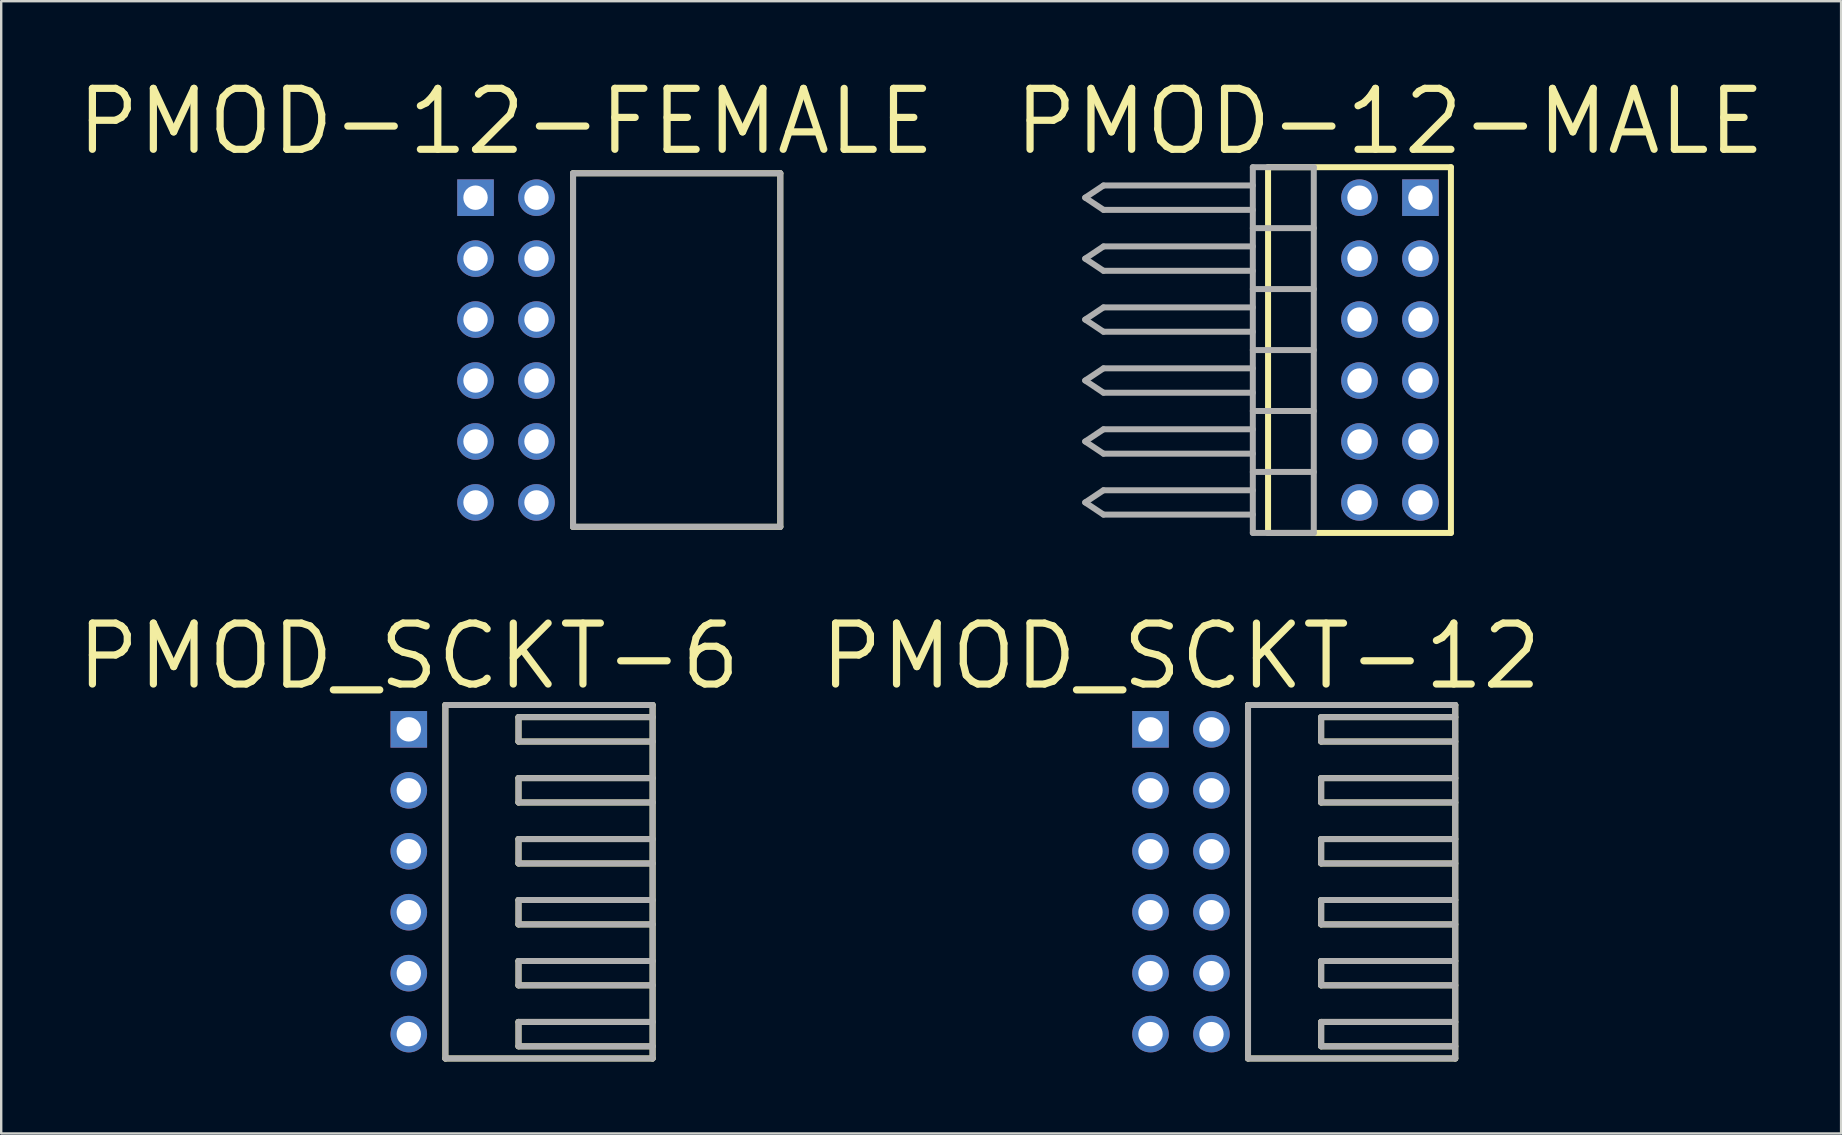
<source format=kicad_pcb>
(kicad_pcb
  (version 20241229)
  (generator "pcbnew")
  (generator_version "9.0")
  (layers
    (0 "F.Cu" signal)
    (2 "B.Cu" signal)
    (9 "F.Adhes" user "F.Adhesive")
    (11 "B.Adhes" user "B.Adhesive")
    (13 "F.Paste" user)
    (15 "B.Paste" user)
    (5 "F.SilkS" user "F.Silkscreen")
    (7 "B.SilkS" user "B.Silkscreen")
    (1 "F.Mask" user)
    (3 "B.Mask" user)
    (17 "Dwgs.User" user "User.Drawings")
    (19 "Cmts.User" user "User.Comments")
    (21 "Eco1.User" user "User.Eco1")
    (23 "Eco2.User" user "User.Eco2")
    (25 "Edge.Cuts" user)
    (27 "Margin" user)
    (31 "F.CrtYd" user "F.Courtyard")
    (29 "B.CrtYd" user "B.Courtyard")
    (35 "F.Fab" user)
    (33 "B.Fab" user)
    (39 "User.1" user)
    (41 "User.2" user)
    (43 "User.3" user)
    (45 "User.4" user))
  (footprint "PMOD-12-FEMALE"
    (layer "F.Cu")
    (at 18.036 11.537)
    (property "Reference" "PMOD-12-FEMALE" (at 0 -9.525 0) (layer "F.SilkS") (effects (font (size 2.54 2.54) (thickness 0.3))))
    (attr exclude_from_pos_files exclude_from_bom)
    (fp_line (start 2.794 -7.366) (end 2.794 7.366) (stroke (width 0.25) (type solid)) (layer "F.SilkS"))
    (fp_line (start 2.794 7.366) (end 11.43 7.366) (stroke (width 0.25) (type solid)) (layer "F.SilkS"))
    (fp_line (start 11.43 -7.366) (end 2.794 -7.366) (stroke (width 0.25) (type solid)) (layer "F.SilkS"))
    (fp_line (start 11.43 7.366) (end 11.43 -7.366) (stroke (width 0.25) (type solid)) (layer "F.SilkS"))
    (fp_line (start 2.794 -7.366) (end 2.794 7.366) (stroke (width 0.25) (type solid)) (layer "F.Fab"))
    (fp_line (start 2.794 7.366) (end 11.43 7.366) (stroke (width 0.25) (type solid)) (layer "F.Fab"))
    (fp_line (start 11.43 -7.366) (end 2.794 -7.366) (stroke (width 0.25) (type solid)) (layer "F.Fab"))
    (fp_line (start 11.43 7.366) (end 11.43 -7.366) (stroke (width 0.25) (type solid)) (layer "F.Fab"))
    (pad "D0" thru_hole rect (at -1.27 -6.35) (size 1.524 1.524) (drill 1.016) (layers "*.Cu" "*.Mask"))
    (pad "D1" thru_hole circle (at 1.27 -6.35 270) (size 1.524 1.524) (drill 1.016) (layers "*.Cu" "*.Mask"))
    (pad "D2" thru_hole circle (at -1.27 -3.81 270) (size 1.524 1.524) (drill 1.016) (layers "*.Cu" "*.Mask"))
    (pad "D3" thru_hole circle (at 1.27 -3.81 270) (size 1.524 1.524) (drill 1.016) (layers "*.Cu" "*.Mask"))
    (pad "D4" thru_hole circle (at -1.27 -1.27 270) (size 1.524 1.524) (drill 1.016) (layers "*.Cu" "*.Mask"))
    (pad "D5" thru_hole circle (at 1.27 -1.27 270) (size 1.524 1.524) (drill 1.016) (layers "*.Cu" "*.Mask"))
    (pad "D6" thru_hole circle (at -1.27 1.27 270) (size 1.524 1.524) (drill 1.016) (layers "*.Cu" "*.Mask"))
    (pad "D7" thru_hole circle (at 1.27 1.27 270) (size 1.524 1.524) (drill 1.016) (layers "*.Cu" "*.Mask"))
    (pad "GND" thru_hole circle (at -1.27 3.81 270) (size 1.524 1.524) (drill 1.016) (layers "*.Cu" "*.Mask"))
    (pad "GND" thru_hole circle (at 1.27 3.81 270) (size 1.524 1.524) (drill 1.016) (layers "*.Cu" "*.Mask"))
    (pad "VCC" thru_hole circle (at -1.27 6.35 270) (size 1.524 1.524) (drill 1.016) (layers "*.Cu" "*.Mask"))
    (pad "VCC" thru_hole circle (at 1.27 6.35 270) (size 1.524 1.524) (drill 1.016) (layers "*.Cu" "*.Mask")))
  (footprint "PMOD_SCKT-6"
    (layer "F.Cu")
    (at 13.985 33.693)
    (property "Reference" "PMOD_SCKT-6" (at 0 -9.398 0) (layer "F.SilkS") (effects (font (size 2.54 2.54) (thickness 0.3))))
    (attr exclude_from_pos_files exclude_from_bom)
    (fp_line (start 1.524 -7.366) (end 1.524 7.366) (stroke (width 0.25) (type solid)) (layer "F.SilkS"))
    (fp_line (start 1.524 7.366) (end 10.16 7.366) (stroke (width 0.25) (type solid)) (layer "F.SilkS"))
    (fp_line (start 4.572 -6.858) (end 4.572 -5.842) (stroke (width 0.25) (type solid)) (layer "F.SilkS"))
    (fp_line (start 4.572 -5.842) (end 10.16 -5.842) (stroke (width 0.25) (type solid)) (layer "F.SilkS"))
    (fp_line (start 4.572 -4.318) (end 4.572 -3.302) (stroke (width 0.25) (type solid)) (layer "F.SilkS"))
    (fp_line (start 4.572 -3.302) (end 10.16 -3.302) (stroke (width 0.25) (type solid)) (layer "F.SilkS"))
    (fp_line (start 4.572 -1.778) (end 4.572 -0.762) (stroke (width 0.25) (type solid)) (layer "F.SilkS"))
    (fp_line (start 4.572 -0.762) (end 10.16 -0.762) (stroke (width 0.25) (type solid)) (layer "F.SilkS"))
    (fp_line (start 4.572 0.762) (end 4.572 1.778) (stroke (width 0.25) (type solid)) (layer "F.SilkS"))
    (fp_line (start 4.572 1.778) (end 10.16 1.778) (stroke (width 0.25) (type solid)) (layer "F.SilkS"))
    (fp_line (start 4.572 3.302) (end 4.572 4.318) (stroke (width 0.25) (type solid)) (layer "F.SilkS"))
    (fp_line (start 4.572 4.318) (end 10.16 4.318) (stroke (width 0.25) (type solid)) (layer "F.SilkS"))
    (fp_line (start 4.572 5.842) (end 4.572 6.858) (stroke (width 0.25) (type solid)) (layer "F.SilkS"))
    (fp_line (start 4.572 6.858) (end 10.16 6.858) (stroke (width 0.25) (type solid)) (layer "F.SilkS"))
    (fp_line (start 10.16 -7.366) (end 1.524 -7.366) (stroke (width 0.25) (type solid)) (layer "F.SilkS"))
    (fp_line (start 10.16 -6.858) (end 4.572 -6.858) (stroke (width 0.25) (type solid)) (layer "F.SilkS"))
    (fp_line (start 10.16 -4.318) (end 4.572 -4.318) (stroke (width 0.25) (type solid)) (layer "F.SilkS"))
    (fp_line (start 10.16 -1.778) (end 4.572 -1.778) (stroke (width 0.25) (type solid)) (layer "F.SilkS"))
    (fp_line (start 10.16 0.762) (end 4.572 0.762) (stroke (width 0.25) (type solid)) (layer "F.SilkS"))
    (fp_line (start 10.16 3.302) (end 4.572 3.302) (stroke (width 0.25) (type solid)) (layer "F.SilkS"))
    (fp_line (start 10.16 5.842) (end 4.572 5.842) (stroke (width 0.25) (type solid)) (layer "F.SilkS"))
    (fp_line (start 10.16 7.366) (end 10.16 -7.366) (stroke (width 0.25) (type solid)) (layer "F.SilkS"))
    (fp_line (start 1.524 -7.366) (end 1.524 7.366) (stroke (width 0.25) (type solid)) (layer "F.Fab"))
    (fp_line (start 1.524 7.366) (end 10.16 7.366) (stroke (width 0.25) (type solid)) (layer "F.Fab"))
    (fp_line (start 4.572 -6.858) (end 4.572 -5.842) (stroke (width 0.25) (type solid)) (layer "F.Fab"))
    (fp_line (start 4.572 -5.842) (end 10.16 -5.842) (stroke (width 0.25) (type solid)) (layer "F.Fab"))
    (fp_line (start 4.572 -4.318) (end 4.572 -3.302) (stroke (width 0.25) (type solid)) (layer "F.Fab"))
    (fp_line (start 4.572 -3.302) (end 10.16 -3.302) (stroke (width 0.25) (type solid)) (layer "F.Fab"))
    (fp_line (start 4.572 -1.778) (end 4.572 -0.762) (stroke (width 0.25) (type solid)) (layer "F.Fab"))
    (fp_line (start 4.572 -0.762) (end 10.16 -0.762) (stroke (width 0.25) (type solid)) (layer "F.Fab"))
    (fp_line (start 4.572 0.762) (end 4.572 1.778) (stroke (width 0.25) (type solid)) (layer "F.Fab"))
    (fp_line (start 4.572 1.778) (end 10.16 1.778) (stroke (width 0.25) (type solid)) (layer "F.Fab"))
    (fp_line (start 4.572 3.302) (end 4.572 4.318) (stroke (width 0.25) (type solid)) (layer "F.Fab"))
    (fp_line (start 4.572 4.318) (end 10.16 4.318) (stroke (width 0.25) (type solid)) (layer "F.Fab"))
    (fp_line (start 4.572 5.842) (end 4.572 6.858) (stroke (width 0.25) (type solid)) (layer "F.Fab"))
    (fp_line (start 4.572 6.858) (end 10.16 6.858) (stroke (width 0.25) (type solid)) (layer "F.Fab"))
    (fp_line (start 10.16 -7.366) (end 1.524 -7.366) (stroke (width 0.25) (type solid)) (layer "F.Fab"))
    (fp_line (start 10.16 -6.858) (end 4.572 -6.858) (stroke (width 0.25) (type solid)) (layer "F.Fab"))
    (fp_line (start 10.16 -4.318) (end 4.572 -4.318) (stroke (width 0.25) (type solid)) (layer "F.Fab"))
    (fp_line (start 10.16 -1.778) (end 4.572 -1.778) (stroke (width 0.25) (type solid)) (layer "F.Fab"))
    (fp_line (start 10.16 0.762) (end 4.572 0.762) (stroke (width 0.25) (type solid)) (layer "F.Fab"))
    (fp_line (start 10.16 3.302) (end 4.572 3.302) (stroke (width 0.25) (type solid)) (layer "F.Fab"))
    (fp_line (start 10.16 5.842) (end 4.572 5.842) (stroke (width 0.25) (type solid)) (layer "F.Fab"))
    (fp_line (start 10.16 7.366) (end 10.16 -7.366) (stroke (width 0.25) (type solid)) (layer "F.Fab"))
    (pad "1" thru_hole rect (at 0 -6.35) (size 1.524 1.524) (drill 1.016) (layers "*.Cu" "*.Mask"))
    (pad "2" thru_hole circle (at 0 -3.81 270) (size 1.524 1.524) (drill 1.016) (layers "*.Cu" "*.Mask"))
    (pad "3" thru_hole circle (at 0 -1.27 270) (size 1.524 1.524) (drill 1.016) (layers "*.Cu" "*.Mask"))
    (pad "4" thru_hole circle (at 0 1.27 270) (size 1.524 1.524) (drill 1.016) (layers "*.Cu" "*.Mask"))
    (pad "5" thru_hole circle (at 0 3.81 270) (size 1.524 1.524) (drill 1.016) (layers "*.Cu" "*.Mask"))
    (pad "6" thru_hole circle (at 0 6.35 270) (size 1.524 1.524) (drill 1.016) (layers "*.Cu" "*.Mask")))
  (footprint "PMOD-12-MALE"
    (layer "F.Cu")
    (at 54.872 11.537)
    (property "Reference" "PMOD-12-MALE" (at 0 -9.525 0) (layer "F.SilkS") (effects (font (size 2.54 2.54) (thickness 0.3))))
    (attr exclude_from_pos_files exclude_from_bom)
    (fp_line (start -5.08 -7.62) (end -5.08 7.62) (stroke (width 0.25) (type solid)) (layer "F.SilkS"))
    (fp_line (start -5.08 -7.62) (end 2.54 -7.62) (stroke (width 0.25) (type solid)) (layer "F.SilkS"))
    (fp_line (start 2.54 -7.62) (end 2.54 7.62) (stroke (width 0.25) (type solid)) (layer "F.SilkS"))
    (fp_line (start 2.54 7.62) (end -5.08 7.62) (stroke (width 0.25) (type solid)) (layer "F.SilkS"))
    (fp_line (start -12.7 -6.35) (end -11.938 -5.842) (stroke (width 0.25) (type solid)) (layer "F.Fab"))
    (fp_line (start -12.7 -3.81) (end -11.938 -3.302) (stroke (width 0.25) (type solid)) (layer "F.Fab"))
    (fp_line (start -12.7 -1.27) (end -11.938 -0.762) (stroke (width 0.25) (type solid)) (layer "F.Fab"))
    (fp_line (start -12.7 1.27) (end -11.938 1.778) (stroke (width 0.25) (type solid)) (layer "F.Fab"))
    (fp_line (start -12.7 3.81) (end -11.938 4.318) (stroke (width 0.25) (type solid)) (layer "F.Fab"))
    (fp_line (start -12.7 6.35) (end -11.938 6.858) (stroke (width 0.25) (type solid)) (layer "F.Fab"))
    (fp_line (start -11.938 -6.858) (end -12.7 -6.35) (stroke (width 0.25) (type solid)) (layer "F.Fab"))
    (fp_line (start -11.938 -5.842) (end -5.715 -5.842) (stroke (width 0.25) (type solid)) (layer "F.Fab"))
    (fp_line (start -11.938 -4.318) (end -12.7 -3.81) (stroke (width 0.25) (type solid)) (layer "F.Fab"))
    (fp_line (start -11.938 -3.302) (end -5.715 -3.302) (stroke (width 0.25) (type solid)) (layer "F.Fab"))
    (fp_line (start -11.938 -1.778) (end -12.7 -1.27) (stroke (width 0.25) (type solid)) (layer "F.Fab"))
    (fp_line (start -11.938 -0.762) (end -5.715 -0.762) (stroke (width 0.25) (type solid)) (layer "F.Fab"))
    (fp_line (start -11.938 0.762) (end -12.7 1.27) (stroke (width 0.25) (type solid)) (layer "F.Fab"))
    (fp_line (start -11.938 1.778) (end -5.715 1.778) (stroke (width 0.25) (type solid)) (layer "F.Fab"))
    (fp_line (start -11.938 3.302) (end -12.7 3.81) (stroke (width 0.25) (type solid)) (layer "F.Fab"))
    (fp_line (start -11.938 4.318) (end -5.715 4.318) (stroke (width 0.25) (type solid)) (layer "F.Fab"))
    (fp_line (start -11.938 5.842) (end -12.7 6.35) (stroke (width 0.25) (type solid)) (layer "F.Fab"))
    (fp_line (start -11.938 6.858) (end -5.715 6.858) (stroke (width 0.25) (type solid)) (layer "F.Fab"))
    (fp_line (start -5.715 -7.62) (end -5.715 7.62) (stroke (width 0.25) (type solid)) (layer "F.Fab"))
    (fp_line (start -5.715 -7.62) (end -3.175 -7.62) (stroke (width 0.25) (type solid)) (layer "F.Fab"))
    (fp_line (start -5.715 -6.858) (end -11.938 -6.858) (stroke (width 0.25) (type solid)) (layer "F.Fab"))
    (fp_line (start -5.715 -5.08) (end -3.175 -5.08) (stroke (width 0.25) (type solid)) (layer "F.Fab"))
    (fp_line (start -5.715 -4.318) (end -11.938 -4.318) (stroke (width 0.25) (type solid)) (layer "F.Fab"))
    (fp_line (start -5.715 -2.54) (end -3.175 -2.54) (stroke (width 0.25) (type solid)) (layer "F.Fab"))
    (fp_line (start -5.715 -1.778) (end -11.938 -1.778) (stroke (width 0.25) (type solid)) (layer "F.Fab"))
    (fp_line (start -5.715 0) (end -3.175 0) (stroke (width 0.25) (type solid)) (layer "F.Fab"))
    (fp_line (start -5.715 0.762) (end -11.938 0.762) (stroke (width 0.25) (type solid)) (layer "F.Fab"))
    (fp_line (start -5.715 2.54) (end -3.175 2.54) (stroke (width 0.25) (type solid)) (layer "F.Fab"))
    (fp_line (start -5.715 3.302) (end -11.938 3.302) (stroke (width 0.25) (type solid)) (layer "F.Fab"))
    (fp_line (start -5.715 5.08) (end -3.175 5.08) (stroke (width 0.25) (type solid)) (layer "F.Fab"))
    (fp_line (start -5.715 5.842) (end -11.938 5.842) (stroke (width 0.25) (type solid)) (layer "F.Fab"))
    (fp_line (start -5.715 7.62) (end -3.175 7.62) (stroke (width 0.25) (type solid)) (layer "F.Fab"))
    (fp_line (start -3.175 -7.62) (end -3.175 7.62) (stroke (width 0.25) (type solid)) (layer "F.Fab"))
    (pad "D0" thru_hole rect (at 1.27 -6.35) (size 1.524 1.524) (drill 1.016) (layers "*.Cu" "*.Mask"))
    (pad "D1" thru_hole circle (at -1.27 -6.35 90) (size 1.524 1.524) (drill 1.016) (layers "*.Cu" "*.Mask"))
    (pad "D2" thru_hole circle (at 1.27 -3.81 90) (size 1.524 1.524) (drill 1.016) (layers "*.Cu" "*.Mask"))
    (pad "D3" thru_hole circle (at -1.27 -3.81 90) (size 1.524 1.524) (drill 1.016) (layers "*.Cu" "*.Mask"))
    (pad "D4" thru_hole circle (at 1.27 -1.27 90) (size 1.524 1.524) (drill 1.016) (layers "*.Cu" "*.Mask"))
    (pad "D5" thru_hole circle (at -1.27 -1.27 90) (size 1.524 1.524) (drill 1.016) (layers "*.Cu" "*.Mask"))
    (pad "D6" thru_hole circle (at 1.27 1.27 90) (size 1.524 1.524) (drill 1.016) (layers "*.Cu" "*.Mask"))
    (pad "D7" thru_hole circle (at -1.27 1.27 90) (size 1.524 1.524) (drill 1.016) (layers "*.Cu" "*.Mask"))
    (pad "GND" thru_hole circle (at -1.27 3.81 90) (size 1.524 1.524) (drill 1.016) (layers "*.Cu" "*.Mask"))
    (pad "GND" thru_hole circle (at 1.27 3.81 90) (size 1.524 1.524) (drill 1.016) (layers "*.Cu" "*.Mask"))
    (pad "VCC" thru_hole circle (at -1.27 6.35 90) (size 1.524 1.524) (drill 1.016) (layers "*.Cu" "*.Mask"))
    (pad "VCC" thru_hole circle (at 1.27 6.35 90) (size 1.524 1.524) (drill 1.016) (layers "*.Cu" "*.Mask")))
  (footprint "PMOD_SCKT-12"
    (layer "F.Cu")
    (at 46.163 33.693)
    (property "Reference" "PMOD_SCKT-12" (at 0 -9.398 0) (layer "F.SilkS") (effects (font (size 2.54 2.54) (thickness 0.3))))
    (attr exclude_from_pos_files exclude_from_bom)
    (fp_line (start 2.794 -7.366) (end 2.794 7.366) (stroke (width 0.25) (type solid)) (layer "F.SilkS"))
    (fp_line (start 2.794 7.366) (end 11.43 7.366) (stroke (width 0.25) (type solid)) (layer "F.SilkS"))
    (fp_line (start 5.842 -6.858) (end 5.842 -5.842) (stroke (width 0.25) (type solid)) (layer "F.SilkS"))
    (fp_line (start 5.842 -5.842) (end 11.43 -5.842) (stroke (width 0.25) (type solid)) (layer "F.SilkS"))
    (fp_line (start 5.842 -4.318) (end 5.842 -3.302) (stroke (width 0.25) (type solid)) (layer "F.SilkS"))
    (fp_line (start 5.842 -3.302) (end 11.43 -3.302) (stroke (width 0.25) (type solid)) (layer "F.SilkS"))
    (fp_line (start 5.842 -1.778) (end 5.842 -0.762) (stroke (width 0.25) (type solid)) (layer "F.SilkS"))
    (fp_line (start 5.842 -0.762) (end 11.43 -0.762) (stroke (width 0.25) (type solid)) (layer "F.SilkS"))
    (fp_line (start 5.842 0.762) (end 5.842 1.778) (stroke (width 0.25) (type solid)) (layer "F.SilkS"))
    (fp_line (start 5.842 1.778) (end 11.43 1.778) (stroke (width 0.25) (type solid)) (layer "F.SilkS"))
    (fp_line (start 5.842 3.302) (end 5.842 4.318) (stroke (width 0.25) (type solid)) (layer "F.SilkS"))
    (fp_line (start 5.842 4.318) (end 11.43 4.318) (stroke (width 0.25) (type solid)) (layer "F.SilkS"))
    (fp_line (start 5.842 5.842) (end 5.842 6.858) (stroke (width 0.25) (type solid)) (layer "F.SilkS"))
    (fp_line (start 5.842 6.858) (end 11.43 6.858) (stroke (width 0.25) (type solid)) (layer "F.SilkS"))
    (fp_line (start 11.43 -7.366) (end 2.794 -7.366) (stroke (width 0.25) (type solid)) (layer "F.SilkS"))
    (fp_line (start 11.43 -6.858) (end 5.842 -6.858) (stroke (width 0.25) (type solid)) (layer "F.SilkS"))
    (fp_line (start 11.43 -4.318) (end 5.842 -4.318) (stroke (width 0.25) (type solid)) (layer "F.SilkS"))
    (fp_line (start 11.43 -1.778) (end 5.842 -1.778) (stroke (width 0.25) (type solid)) (layer "F.SilkS"))
    (fp_line (start 11.43 0.762) (end 5.842 0.762) (stroke (width 0.25) (type solid)) (layer "F.SilkS"))
    (fp_line (start 11.43 3.302) (end 5.842 3.302) (stroke (width 0.25) (type solid)) (layer "F.SilkS"))
    (fp_line (start 11.43 5.842) (end 5.842 5.842) (stroke (width 0.25) (type solid)) (layer "F.SilkS"))
    (fp_line (start 11.43 7.366) (end 11.43 -7.366) (stroke (width 0.25) (type solid)) (layer "F.SilkS"))
    (fp_line (start 2.794 -7.366) (end 2.794 7.366) (stroke (width 0.25) (type solid)) (layer "F.Fab"))
    (fp_line (start 2.794 7.366) (end 11.43 7.366) (stroke (width 0.25) (type solid)) (layer "F.Fab"))
    (fp_line (start 5.842 -6.858) (end 5.842 -5.842) (stroke (width 0.25) (type solid)) (layer "F.Fab"))
    (fp_line (start 5.842 -5.842) (end 11.43 -5.842) (stroke (width 0.25) (type solid)) (layer "F.Fab"))
    (fp_line (start 5.842 -4.318) (end 5.842 -3.302) (stroke (width 0.25) (type solid)) (layer "F.Fab"))
    (fp_line (start 5.842 -3.302) (end 11.43 -3.302) (stroke (width 0.25) (type solid)) (layer "F.Fab"))
    (fp_line (start 5.842 -1.778) (end 5.842 -0.762) (stroke (width 0.25) (type solid)) (layer "F.Fab"))
    (fp_line (start 5.842 -0.762) (end 11.43 -0.762) (stroke (width 0.25) (type solid)) (layer "F.Fab"))
    (fp_line (start 5.842 0.762) (end 5.842 1.778) (stroke (width 0.25) (type solid)) (layer "F.Fab"))
    (fp_line (start 5.842 1.778) (end 11.43 1.778) (stroke (width 0.25) (type solid)) (layer "F.Fab"))
    (fp_line (start 5.842 3.302) (end 5.842 4.318) (stroke (width 0.25) (type solid)) (layer "F.Fab"))
    (fp_line (start 5.842 4.318) (end 11.43 4.318) (stroke (width 0.25) (type solid)) (layer "F.Fab"))
    (fp_line (start 5.842 5.842) (end 5.842 6.858) (stroke (width 0.25) (type solid)) (layer "F.Fab"))
    (fp_line (start 5.842 6.858) (end 11.43 6.858) (stroke (width 0.25) (type solid)) (layer "F.Fab"))
    (fp_line (start 11.43 -7.366) (end 2.794 -7.366) (stroke (width 0.25) (type solid)) (layer "F.Fab"))
    (fp_line (start 11.43 -6.858) (end 5.842 -6.858) (stroke (width 0.25) (type solid)) (layer "F.Fab"))
    (fp_line (start 11.43 -4.318) (end 5.842 -4.318) (stroke (width 0.25) (type solid)) (layer "F.Fab"))
    (fp_line (start 11.43 -1.778) (end 5.842 -1.778) (stroke (width 0.25) (type solid)) (layer "F.Fab"))
    (fp_line (start 11.43 0.762) (end 5.842 0.762) (stroke (width 0.25) (type solid)) (layer "F.Fab"))
    (fp_line (start 11.43 3.302) (end 5.842 3.302) (stroke (width 0.25) (type solid)) (layer "F.Fab"))
    (fp_line (start 11.43 5.842) (end 5.842 5.842) (stroke (width 0.25) (type solid)) (layer "F.Fab"))
    (fp_line (start 11.43 7.366) (end 11.43 -7.366) (stroke (width 0.25) (type solid)) (layer "F.Fab"))
    (pad "1" thru_hole rect (at -1.27 -6.35) (size 1.524 1.524) (drill 1.016) (layers "*.Cu" "*.Mask"))
    (pad "2" thru_hole circle (at -1.27 -3.81 270) (size 1.524 1.524) (drill 1.016) (layers "*.Cu" "*.Mask"))
    (pad "3" thru_hole circle (at -1.27 -1.27 270) (size 1.524 1.524) (drill 1.016) (layers "*.Cu" "*.Mask"))
    (pad "4" thru_hole circle (at -1.27 1.27 270) (size 1.524 1.524) (drill 1.016) (layers "*.Cu" "*.Mask"))
    (pad "5" thru_hole circle (at -1.27 3.81 270) (size 1.524 1.524) (drill 1.016) (layers "*.Cu" "*.Mask"))
    (pad "6" thru_hole circle (at -1.27 6.35 270) (size 1.524 1.524) (drill 1.016) (layers "*.Cu" "*.Mask"))
    (pad "7" thru_hole circle (at 1.27 -6.35 270) (size 1.524 1.524) (drill 1.016) (layers "*.Cu" "*.Mask"))
    (pad "8" thru_hole circle (at 1.27 -3.81 270) (size 1.524 1.524) (drill 1.016) (layers "*.Cu" "*.Mask"))
    (pad "9" thru_hole circle (at 1.27 -1.27 270) (size 1.524 1.524) (drill 1.016) (layers "*.Cu" "*.Mask"))
    (pad "10" thru_hole circle (at 1.27 1.27 270) (size 1.524 1.524) (drill 1.016) (layers "*.Cu" "*.Mask"))
    (pad "11" thru_hole circle (at 1.27 3.81 270) (size 1.524 1.524) (drill 1.016) (layers "*.Cu" "*.Mask"))
    (pad "12" thru_hole circle (at 1.27 6.35 270) (size 1.524 1.524) (drill 1.016) (layers "*.Cu" "*.Mask")))
  (gr_rect
    (start -3 -3)
    (end 73.671 44.184)
    (stroke (width 0.1) (type default))
    (fill no)
    (layer "Edge.Cuts")))
</source>
